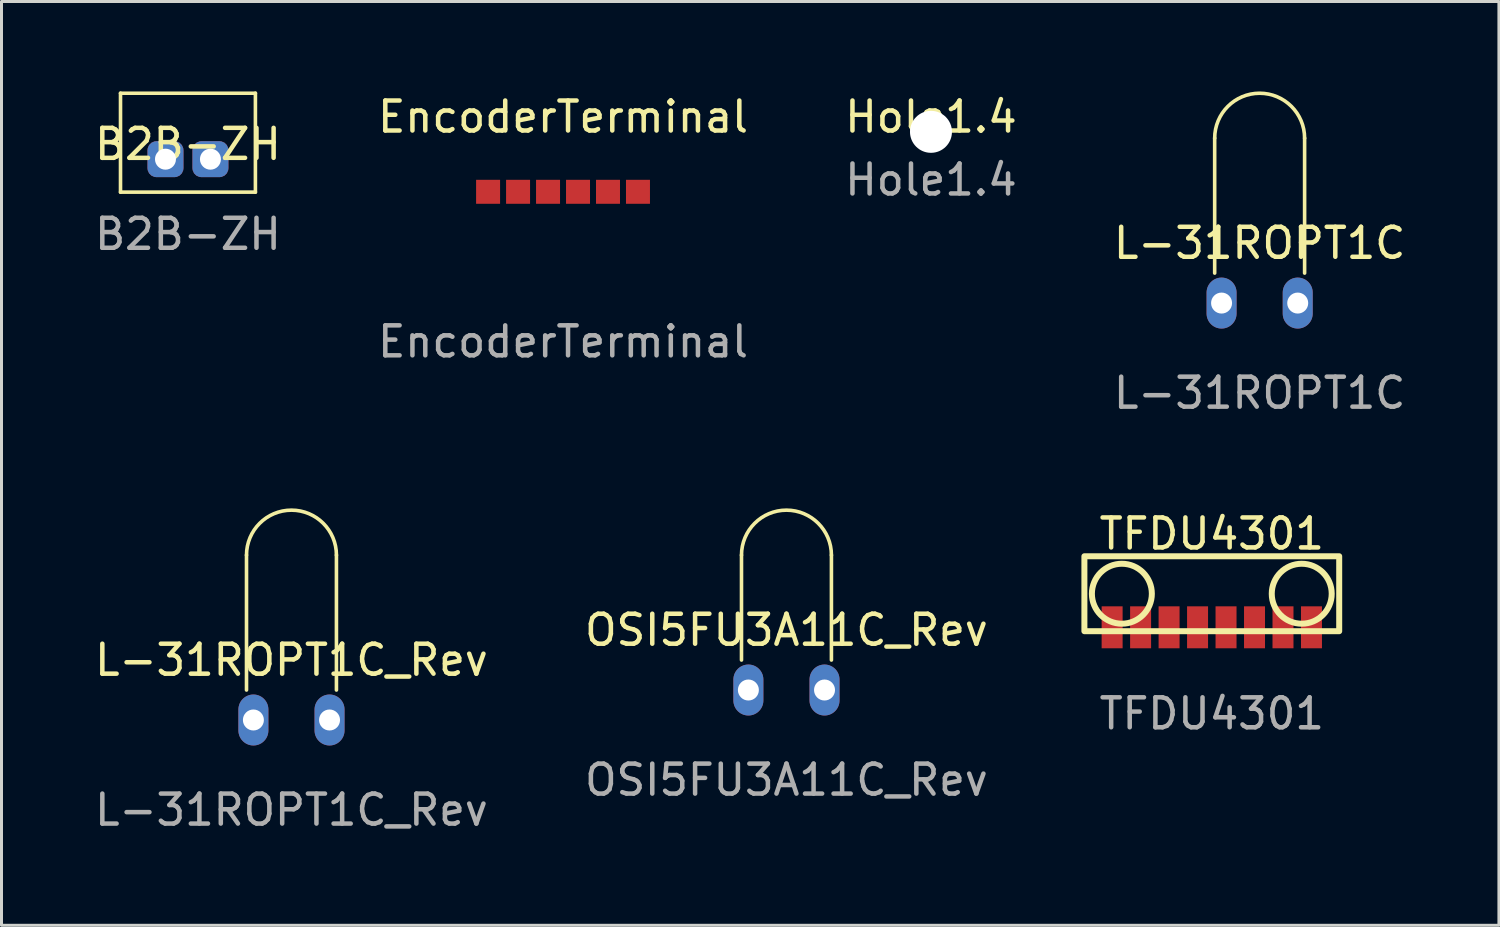
<source format=kicad_pcb>
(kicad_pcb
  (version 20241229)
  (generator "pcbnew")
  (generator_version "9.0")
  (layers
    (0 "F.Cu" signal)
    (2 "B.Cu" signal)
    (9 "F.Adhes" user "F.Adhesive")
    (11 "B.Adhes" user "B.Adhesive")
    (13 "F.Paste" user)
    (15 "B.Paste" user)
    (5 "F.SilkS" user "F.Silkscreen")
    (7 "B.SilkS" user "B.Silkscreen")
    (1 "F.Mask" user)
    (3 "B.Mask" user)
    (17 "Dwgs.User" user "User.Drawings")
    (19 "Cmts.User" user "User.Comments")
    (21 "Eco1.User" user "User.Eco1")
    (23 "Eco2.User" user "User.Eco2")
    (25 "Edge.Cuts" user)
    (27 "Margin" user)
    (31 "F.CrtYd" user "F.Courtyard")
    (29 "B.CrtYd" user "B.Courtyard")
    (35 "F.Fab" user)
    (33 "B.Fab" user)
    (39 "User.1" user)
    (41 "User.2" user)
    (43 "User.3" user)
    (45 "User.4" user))
  (footprint "B2B-ZH"
    (layer "F.Cu")
    (at 3.22 2.26)
    (property "Reference" "B2B-ZH" (at 0 -0.5 0) (unlocked yes) (layer "F.SilkS") (effects (font (size 1 1) (thickness 0.15))))
    (attr smd)
    (fp_line (start -2.25 -2.2) (end -2.25 1.1) (stroke (width 0.12) (type default)) (layer "F.SilkS"))
    (fp_line (start -2.25 -2.2) (end 2.25 -2.2) (stroke (width 0.12) (type default)) (layer "F.SilkS"))
    (fp_line (start -2.25 1.1) (end 2.25 1.1) (stroke (width 0.12) (type default)) (layer "F.SilkS"))
    (fp_line (start 2.25 -2.2) (end 2.25 1.1) (stroke (width 0.12) (type default)) (layer "F.SilkS"))
    (fp_text user "${REFERENCE}" (at 0 2.5 0) (unlocked yes) (layer "F.Fab") (effects (font (size 1 1) (thickness 0.15))))
    (pad "1" thru_hole roundrect (at 0.75 0) (size 1.2 1.2) (drill 0.7) (layers "*.Cu" "*.Mask") (roundrect_rratio 0.25))
    (pad "2" thru_hole roundrect (at -0.75 0) (size 1.2 1.2) (drill 0.7) (layers "*.Cu" "*.Mask") (roundrect_rratio 0.25)))
  (footprint "L-31ROPT1C_Rev"
    (layer "F.Cu")
    (at 6.673 20.968)
    (property "Reference" "L-31ROPT1C_Rev" (at 0 -2 0) (unlocked yes) (layer "F.SilkS") (effects (font (size 1 1) (thickness 0.15))))
    (attr through_hole)
    (fp_line (start -1.5 -1) (end -1.5 -5.5) (stroke (width 0.12) (type solid)) (layer "F.SilkS"))
    (fp_line (start 1.5 -5.5) (end 1.5 -1) (stroke (width 0.12) (type solid)) (layer "F.SilkS"))
    (fp_arc (start -1.5 -5.5) (mid 0 -7) (end 1.5 -5.5) (stroke (width 0.12) (type solid)) (layer "F.SilkS"))
    (fp_text user "${REFERENCE}" (at 0 3 0) (unlocked yes) (layer "F.Fab") (effects (font (size 1 1) (thickness 0.15))))
    (pad "1" thru_hole oval (at 1.27 0) (size 1 1.7) (drill 0.7) (layers "*.Cu" "*.Mask"))
    (pad "2" thru_hole oval (at -1.27 0) (size 1 1.7) (drill 0.7) (layers "*.Cu" "*.Mask")))
  (footprint "L-31ROPT1C"
    (layer "F.Cu")
    (at 38.97 7.06)
    (property "Reference" "L-31ROPT1C" (at 0 -2 0) (unlocked yes) (layer "F.SilkS") (effects (font (size 1 1) (thickness 0.15))))
    (attr through_hole)
    (fp_line (start -1.5 -1) (end -1.5 -5.5) (stroke (width 0.12) (type solid)) (layer "F.SilkS"))
    (fp_line (start 1.5 -5.5) (end 1.5 -1) (stroke (width 0.12) (type solid)) (layer "F.SilkS"))
    (fp_arc (start -1.5 -5.5) (mid 0 -7) (end 1.5 -5.5) (stroke (width 0.12) (type solid)) (layer "F.SilkS"))
    (fp_text user "${REFERENCE}" (at 0 3 0) (unlocked yes) (layer "F.Fab") (effects (font (size 1 1) (thickness 0.15))))
    (pad "1" thru_hole oval (at -1.27 0) (size 1 1.7) (drill 0.7) (layers "*.Cu" "*.Mask"))
    (pad "2" thru_hole oval (at 1.27 0) (size 1 1.7) (drill 0.7) (layers "*.Cu" "*.Mask")))
  (footprint "TFDU4301"
    (layer "F.Cu")
    (at 37.374 16.756)
    (property "Reference" "TFDU4301" (at 0 -2 0) (unlocked yes) (layer "F.SilkS") (effects (font (size 1 1) (thickness 0.15))))
    (attr smd)
    (fp_rect (start -4.25 -1.25) (end 4.25 1.25) (stroke (width 0.2) (type solid)) (fill no) (layer "F.SilkS"))
    (fp_circle (center -3 0) (end -2 0) (stroke (width 0.2) (type solid)) (fill no) (layer "F.SilkS"))
    (fp_circle (center 3 0) (end 4 0) (stroke (width 0.2) (type solid)) (fill no) (layer "F.SilkS"))
    (fp_text user "${REFERENCE}" (at 0 4 0) (unlocked yes) (layer "F.Fab") (effects (font (size 1 1) (thickness 0.15))))
    (pad "1" smd rect (at -3.325 1.12 180) (size 0.7 1.4) (layers "F.Cu" "F.Mask" "F.Paste"))
    (pad "2" smd rect (at -2.375 1.12 180) (size 0.7 1.4) (layers "F.Cu" "F.Mask" "F.Paste"))
    (pad "3" smd rect (at -1.425 1.12 180) (size 0.7 1.4) (layers "F.Cu" "F.Mask" "F.Paste"))
    (pad "4" smd rect (at -0.475 1.12 180) (size 0.7 1.4) (layers "F.Cu" "F.Mask" "F.Paste"))
    (pad "5" smd rect (at 0.475 1.12 180) (size 0.7 1.4) (layers "F.Cu" "F.Mask" "F.Paste"))
    (pad "6" smd rect (at 1.425 1.12 180) (size 0.7 1.4) (layers "F.Cu" "F.Mask" "F.Paste"))
    (pad "7" smd rect (at 2.375 1.12 180) (size 0.7 1.4) (layers "F.Cu" "F.Mask" "F.Paste"))
    (pad "8" smd rect (at 3.325 1.12 180) (size 0.7 1.4) (layers "F.Cu" "F.Mask" "F.Paste")))
  (footprint "EncoderTerminal"
    (layer "F.Cu")
    (at 15.732 3.348)
    (property "Reference" "EncoderTerminal" (at 0 -2.5 0) (unlocked yes) (layer "F.SilkS") (effects (font (size 1 1) (thickness 0.15))))
    (attr smd)
    (fp_text user "${REFERENCE}" (at 0 5 0) (unlocked yes) (layer "F.Fab") (effects (font (size 1 1) (thickness 0.15))))
    (pad "1" smd rect (at -2.5 0) (size 0.8 0.8) (layers "F.Cu" "F.Mask" "F.Paste"))
    (pad "2" smd rect (at -1.5 0) (size 0.8 0.8) (layers "F.Cu" "F.Mask" "F.Paste"))
    (pad "3" smd rect (at -0.5 0) (size 0.8 0.8) (layers "F.Cu" "F.Mask" "F.Paste"))
    (pad "4" smd rect (at 0.5 0) (size 0.8 0.8) (layers "F.Cu" "F.Mask" "F.Paste"))
    (pad "5" smd rect (at 1.5 0) (size 0.8 0.8) (layers "F.Cu" "F.Mask" "F.Paste"))
    (pad "6" smd rect (at 2.5 0) (size 0.8 0.8) (layers "F.Cu" "F.Mask" "F.Paste")))
  (footprint "OSI5FU3A11C_Rev"
    (layer "F.Cu")
    (at 23.185 19.968)
    (property "Reference" "OSI5FU3A11C_Rev" (at 0 -2 0) (unlocked yes) (layer "F.SilkS") (effects (font (size 1 1) (thickness 0.15))))
    (attr through_hole)
    (fp_line (start -1.5 -4.5) (end -1.5 -1) (stroke (width 0.12) (type solid)) (layer "F.SilkS"))
    (fp_line (start 1.5 -4.5) (end 1.5 -1) (stroke (width 0.12) (type solid)) (layer "F.SilkS"))
    (fp_arc (start -1.5 -4.5) (mid 0 -6) (end 1.5 -4.5) (stroke (width 0.12) (type solid)) (layer "F.SilkS"))
    (fp_text user "${REFERENCE}" (at 0 3 0) (unlocked yes) (layer "F.Fab") (effects (font (size 1 1) (thickness 0.15))))
    (pad "1" thru_hole oval (at 1.27 0) (size 1 1.7) (drill 0.7) (layers "*.Cu" "*.Mask"))
    (pad "2" thru_hole oval (at -1.27 0) (size 1 1.7) (drill 0.7) (layers "*.Cu" "*.Mask")))
  (footprint "Hole1.4"
    (layer "F.Cu")
    (at 28.006 1.348)
    (property "Reference" "Hole1.4" (at 0 -0.5 0) (unlocked yes) (layer "F.SilkS") (effects (font (size 1 1) (thickness 0.15))))
    (attr smd)
    (fp_text user "${REFERENCE}" (at 0 1.6 0) (unlocked yes) (layer "F.Fab") (effects (font (size 1 1) (thickness 0.15))))
    (pad "" np_thru_hole circle (at 0 0) (size 1.4 1.4) (drill 1.4) (layers "*.Cu" "*.Mask")))
  (gr_rect
    (start -3 -3)
    (end 46.952 27.817)
    (stroke (width 0.1) (type default))
    (fill no)
    (layer "Edge.Cuts")))
</source>
